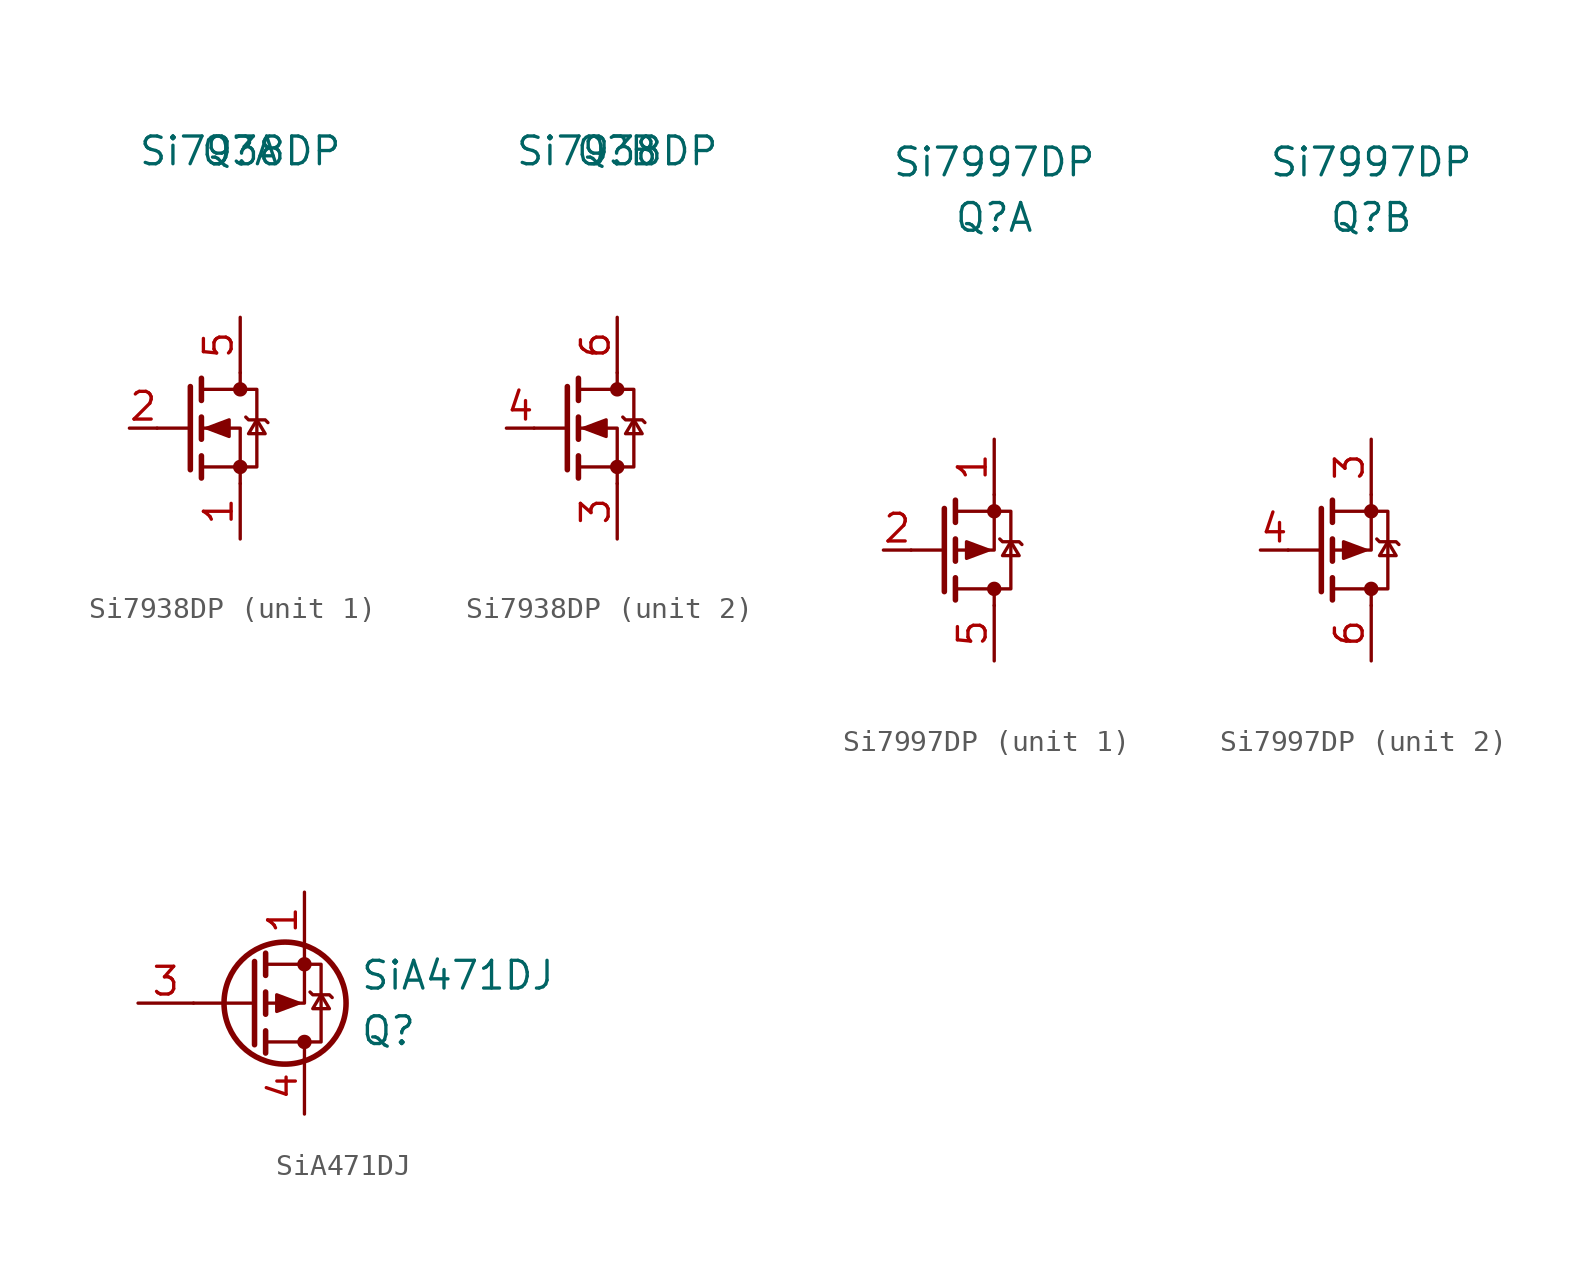
<source format=kicad_sym>
(kicad_symbol_lib
  (version 20211014)
  (generator kicad_symbol_editor)
  (symbol "Si7938DP"
    (pin_names
      (offset 1.016) hide)
    (property "Reference" "Q"
      (at 0 0 0)
      (effects (font (size 1.27 1.27))))
    (property "Value" "Si7938DP"
      (at 0 0 0)
      (effects (font (size 1.27 1.27))))
    (property "ki_locked" ""
      (at 0 0 0)
      (effects (font (size 1.27 1.27))))
    (symbol "Si7938DP_1_1"
      (circle (center 0 -14.478) (radius 0.254) (stroke (width 0) (type default) (color 0 0 0 0)) (fill (type outline)))
      (circle (center 0 -10.922) (radius 0.254) (stroke (width 0) (type default) (color 0 0 0 0)) (fill (type outline)))
      (polyline (pts (xy -2.286 -12.7) (xy -3.81 -12.7)) (stroke (width 0) (type default) (color 0 0 0 0)) (fill (type none)))
      (polyline (pts (xy -2.286 -10.795) (xy -2.286 -14.605)) (stroke (width 0.254) (type default) (color 0 0 0 0)) (fill (type none)))
      (polyline (pts (xy -1.778 -13.97) (xy -1.778 -14.986)) (stroke (width 0.254) (type default) (color 0 0 0 0)) (fill (type none)))
      (polyline (pts (xy -1.778 -12.192) (xy -1.778 -13.208)) (stroke (width 0.254) (type default) (color 0 0 0 0)) (fill (type none)))
      (polyline (pts (xy -1.778 -10.414) (xy -1.778 -11.43)) (stroke (width 0.254) (type default) (color 0 0 0 0)) (fill (type none)))
      (polyline (pts (xy 0 -10.16) (xy 0 -10.922)) (stroke (width 0) (type default) (color 0 0 0 0)) (fill (type none)))
      (polyline (pts (xy 0 -15.24) (xy 0 -12.7) (xy -1.778 -12.7)) (stroke (width 0) (type default) (color 0 0 0 0)) (fill (type none)))
      (polyline (pts (xy -1.778 -14.478) (xy 0.762 -14.478) (xy 0.762 -10.922) (xy -1.778 -10.922)) (stroke (width 0) (type default) (color 0 0 0 0)) (fill (type none)))
      (polyline (pts (xy -1.524 -12.7) (xy -0.508 -12.319) (xy -0.508 -13.081) (xy -1.524 -12.7)) (stroke (width 0) (type default) (color 0 0 0 0)) (fill (type outline)))
      (polyline (pts (xy 0.254 -12.192) (xy 0.381 -12.319) (xy 1.143 -12.319) (xy 1.27 -12.446)) (stroke (width 0) (type default) (color 0 0 0 0)) (fill (type none)))
      (polyline (pts (xy 0.762 -12.319) (xy 0.381 -12.954) (xy 1.143 -12.954) (xy 0.762 -12.319)) (stroke (width 0) (type default) (color 0 0 0 0)) (fill (type none)))
      (pin passive line (at 0 -17.78 90) (length 2.54) (name "S1" (effects (font (size 1.27 1.27)))) (number "1" (effects (font (size 1.27 1.27)))))
      (pin input line (at -5.08 -12.7 0) (length 1.27) (name "G1" (effects (font (size 1.27 1.27)))) (number "2" (effects (font (size 1.27 1.27)))))
      (pin passive line (at 0 -7.62 270) (length 2.54) (name "D1" (effects (font (size 1.27 1.27)))) (number "5" (effects (font (size 1.27 1.27))))))
    (symbol "Si7938DP_2_1"
      (circle (center 0 -14.478) (radius 0.254) (stroke (width 0) (type default) (color 0 0 0 0)) (fill (type outline)))
      (circle (center 0 -10.922) (radius 0.254) (stroke (width 0) (type default) (color 0 0 0 0)) (fill (type outline)))
      (polyline (pts (xy -2.286 -12.7) (xy -3.81 -12.7)) (stroke (width 0) (type default) (color 0 0 0 0)) (fill (type none)))
      (polyline (pts (xy -2.286 -10.795) (xy -2.286 -14.605)) (stroke (width 0.254) (type default) (color 0 0 0 0)) (fill (type none)))
      (polyline (pts (xy -1.778 -13.97) (xy -1.778 -14.986)) (stroke (width 0.254) (type default) (color 0 0 0 0)) (fill (type none)))
      (polyline (pts (xy -1.778 -12.192) (xy -1.778 -13.208)) (stroke (width 0.254) (type default) (color 0 0 0 0)) (fill (type none)))
      (polyline (pts (xy -1.778 -10.414) (xy -1.778 -11.43)) (stroke (width 0.254) (type default) (color 0 0 0 0)) (fill (type none)))
      (polyline (pts (xy 0 -10.16) (xy 0 -10.922)) (stroke (width 0) (type default) (color 0 0 0 0)) (fill (type none)))
      (polyline (pts (xy 0 -15.24) (xy 0 -12.7) (xy -1.778 -12.7)) (stroke (width 0) (type default) (color 0 0 0 0)) (fill (type none)))
      (polyline (pts (xy -1.778 -14.478) (xy 0.762 -14.478) (xy 0.762 -10.922) (xy -1.778 -10.922)) (stroke (width 0) (type default) (color 0 0 0 0)) (fill (type none)))
      (polyline (pts (xy -1.524 -12.7) (xy -0.508 -12.319) (xy -0.508 -13.081) (xy -1.524 -12.7)) (stroke (width 0) (type default) (color 0 0 0 0)) (fill (type outline)))
      (polyline (pts (xy 0.254 -12.192) (xy 0.381 -12.319) (xy 1.143 -12.319) (xy 1.27 -12.446)) (stroke (width 0) (type default) (color 0 0 0 0)) (fill (type none)))
      (polyline (pts (xy 0.762 -12.319) (xy 0.381 -12.954) (xy 1.143 -12.954) (xy 0.762 -12.319)) (stroke (width 0) (type default) (color 0 0 0 0)) (fill (type none)))
      (pin passive line (at 0 -17.78 90) (length 2.54) (name "S2" (effects (font (size 1.27 1.27)))) (number "3" (effects (font (size 1.27 1.27)))))
      (pin input line (at -5.08 -12.7 0) (length 1.27) (name "G2" (effects (font (size 1.27 1.27)))) (number "4" (effects (font (size 1.27 1.27)))))
      (pin passive line (at 0 -7.62 270) (length 2.54) (name "D2" (effects (font (size 1.27 1.27)))) (number "6" (effects (font (size 1.27 1.27)))))))
  (symbol "Si7997DP"
    (pin_names
      (offset 1.016) hide)
    (property "Reference" "Q"
      (at 0 0 0)
      (effects (font (size 1.27 1.27))))
    (property "Value" "Si7997DP"
      (at 0 2.54 0)
      (effects (font (size 1.27 1.27))))
    (property "ki_locked" ""
      (at 0 0 0)
      (effects (font (size 1.27 1.27))))
    (symbol "Si7997DP_1_1"
      (circle (center 0 -17.018) (radius 0.254) (stroke (width 0) (type default) (color 0 0 0 0)) (fill (type outline)))
      (circle (center 0 -13.462) (radius 0.254) (stroke (width 0) (type default) (color 0 0 0 0)) (fill (type outline)))
      (polyline (pts (xy -2.286 -17.145) (xy -2.286 -13.335)) (stroke (width 0.254) (type default) (color 0 0 0 0)) (fill (type none)))
      (polyline (pts (xy -2.286 -15.24) (xy -3.81 -15.24)) (stroke (width 0) (type default) (color 0 0 0 0)) (fill (type none)))
      (polyline (pts (xy -1.778 -17.526) (xy -1.778 -16.51)) (stroke (width 0.254) (type default) (color 0 0 0 0)) (fill (type none)))
      (polyline (pts (xy -1.778 -15.748) (xy -1.778 -14.732)) (stroke (width 0.254) (type default) (color 0 0 0 0)) (fill (type none)))
      (polyline (pts (xy -1.778 -13.97) (xy -1.778 -12.954)) (stroke (width 0.254) (type default) (color 0 0 0 0)) (fill (type none)))
      (polyline (pts (xy 0 -17.78) (xy 0 -17.018)) (stroke (width 0) (type default) (color 0 0 0 0)) (fill (type none)))
      (polyline (pts (xy 0 -12.7) (xy 0 -15.24) (xy -1.778 -15.24)) (stroke (width 0) (type default) (color 0 0 0 0)) (fill (type none)))
      (polyline (pts (xy -1.778 -17.018) (xy 0.762 -17.018) (xy 0.762 -13.462) (xy -1.778 -13.462)) (stroke (width 0) (type default) (color 0 0 0 0)) (fill (type none)))
      (polyline (pts (xy -0.254 -15.24) (xy -1.27 -15.621) (xy -1.27 -14.859) (xy -0.254 -15.24)) (stroke (width 0) (type default) (color 0 0 0 0)) (fill (type outline)))
      (polyline (pts (xy 0.254 -14.732) (xy 0.381 -14.859) (xy 1.143 -14.859) (xy 1.27 -14.986)) (stroke (width 0) (type default) (color 0 0 0 0)) (fill (type none)))
      (polyline (pts (xy 0.762 -14.859) (xy 0.381 -15.494) (xy 1.143 -15.494) (xy 0.762 -14.859)) (stroke (width 0) (type default) (color 0 0 0 0)) (fill (type none)))
      (pin passive line (at 0 -10.16 270) (length 2.54) (name "S1" (effects (font (size 1.27 1.27)))) (number "1" (effects (font (size 1.27 1.27)))))
      (pin input line (at -5.08 -15.24 0) (length 1.27) (name "G1" (effects (font (size 1.27 1.27)))) (number "2" (effects (font (size 1.27 1.27)))))
      (pin passive line (at 0 -20.32 90) (length 2.54) (name "D1" (effects (font (size 1.27 1.27)))) (number "5" (effects (font (size 1.27 1.27))))))
    (symbol "Si7997DP_2_1"
      (circle (center 0 -17.018) (radius 0.254) (stroke (width 0) (type default) (color 0 0 0 0)) (fill (type outline)))
      (circle (center 0 -13.462) (radius 0.254) (stroke (width 0) (type default) (color 0 0 0 0)) (fill (type outline)))
      (polyline (pts (xy -2.286 -17.145) (xy -2.286 -13.335)) (stroke (width 0.254) (type default) (color 0 0 0 0)) (fill (type none)))
      (polyline (pts (xy -2.286 -15.24) (xy -3.81 -15.24)) (stroke (width 0) (type default) (color 0 0 0 0)) (fill (type none)))
      (polyline (pts (xy -1.778 -17.526) (xy -1.778 -16.51)) (stroke (width 0.254) (type default) (color 0 0 0 0)) (fill (type none)))
      (polyline (pts (xy -1.778 -15.748) (xy -1.778 -14.732)) (stroke (width 0.254) (type default) (color 0 0 0 0)) (fill (type none)))
      (polyline (pts (xy -1.778 -13.97) (xy -1.778 -12.954)) (stroke (width 0.254) (type default) (color 0 0 0 0)) (fill (type none)))
      (polyline (pts (xy 0 -17.78) (xy 0 -17.018)) (stroke (width 0) (type default) (color 0 0 0 0)) (fill (type none)))
      (polyline (pts (xy 0 -12.7) (xy 0 -15.24) (xy -1.778 -15.24)) (stroke (width 0) (type default) (color 0 0 0 0)) (fill (type none)))
      (polyline (pts (xy -1.778 -17.018) (xy 0.762 -17.018) (xy 0.762 -13.462) (xy -1.778 -13.462)) (stroke (width 0) (type default) (color 0 0 0 0)) (fill (type none)))
      (polyline (pts (xy -0.254 -15.24) (xy -1.27 -15.621) (xy -1.27 -14.859) (xy -0.254 -15.24)) (stroke (width 0) (type default) (color 0 0 0 0)) (fill (type outline)))
      (polyline (pts (xy 0.254 -14.732) (xy 0.381 -14.859) (xy 1.143 -14.859) (xy 1.27 -14.986)) (stroke (width 0) (type default) (color 0 0 0 0)) (fill (type none)))
      (polyline (pts (xy 0.762 -14.859) (xy 0.381 -15.494) (xy 1.143 -15.494) (xy 0.762 -14.859)) (stroke (width 0) (type default) (color 0 0 0 0)) (fill (type none)))
      (pin passive line (at 0 -10.16 270) (length 2.54) (name "S2" (effects (font (size 1.27 1.27)))) (number "3" (effects (font (size 1.27 1.27)))))
      (pin input line (at -5.08 -15.24 0) (length 1.27) (name "G2" (effects (font (size 1.27 1.27)))) (number "4" (effects (font (size 1.27 1.27)))))
      (pin passive line (at 0 -20.32 90) (length 2.54) (name "D2" (effects (font (size 1.27 1.27)))) (number "6" (effects (font (size 1.27 1.27)))))))
  (symbol "SiA471DJ"
    (pin_names
      (offset 0) hide)
    (property "Reference" "Q"
      (at 3.81 -1.27 0)
      (effects (font (size 1.27 1.27)) (justify left)))
    (property "Value" "SiA471DJ"
      (at 3.81 1.27 0)
      (effects (font (size 1.27 1.27)) (justify left)))
    (symbol "SiA471DJ_0_1"
      (polyline (pts (xy -1.016 -1.905) (xy -1.016 1.905)) (stroke (width 0.254) (type default) (color 0 0 0 0)) (fill (type none)))
      (polyline (pts (xy -1.016 0) (xy -3.81 0)) (stroke (width 0) (type default) (color 0 0 0 0)) (fill (type none)))
      (polyline (pts (xy -0.508 -2.286) (xy -0.508 -1.27)) (stroke (width 0.254) (type default) (color 0 0 0 0)) (fill (type none)))
      (polyline (pts (xy -0.508 -0.508) (xy -0.508 0.508)) (stroke (width 0.254) (type default) (color 0 0 0 0)) (fill (type none)))
      (polyline (pts (xy -0.508 1.27) (xy -0.508 2.286)) (stroke (width 0.254) (type default) (color 0 0 0 0)) (fill (type none)))
      (polyline (pts (xy 1.27 -2.54) (xy 1.27 -1.778)) (stroke (width 0) (type default) (color 0 0 0 0)) (fill (type none)))
      (polyline (pts (xy 1.27 2.54) (xy 1.27 0) (xy -0.508 0)) (stroke (width 0) (type default) (color 0 0 0 0)) (fill (type none)))
      (polyline (pts (xy -0.508 -1.778) (xy 2.032 -1.778) (xy 2.032 1.778) (xy -0.508 1.778)) (stroke (width 0) (type default) (color 0 0 0 0)) (fill (type none)))
      (polyline (pts (xy 1.016 0) (xy 0 -0.381) (xy 0 0.381) (xy 1.016 0)) (stroke (width 0) (type default) (color 0 0 0 0)) (fill (type outline)))
      (polyline (pts (xy 1.524 0.508) (xy 1.651 0.381) (xy 2.413 0.381) (xy 2.54 0.254)) (stroke (width 0) (type default) (color 0 0 0 0)) (fill (type none)))
      (polyline (pts (xy 2.032 0.381) (xy 1.651 -0.254) (xy 2.413 -0.254) (xy 2.032 0.381)) (stroke (width 0) (type default) (color 0 0 0 0)) (fill (type none)))
      (circle (center 0.381 0) (radius 2.794) (stroke (width 0.254) (type default) (color 0 0 0 0)) (fill (type none)))
      (circle (center 1.27 -1.778) (radius 0.254) (stroke (width 0) (type default) (color 0 0 0 0)) (fill (type outline)))
      (circle (center 1.27 1.778) (radius 0.254) (stroke (width 0) (type default) (color 0 0 0 0)) (fill (type outline))))
    (symbol "SiA471DJ_1_1"
      (pin passive line (at 1.27 5.08 270) (length 2.54) (name "S" (effects (font (size 1.27 1.27)))) (number "1" (effects (font (size 1.27 1.27)))))
      (pin input line (at -6.35 0 0) (length 2.54) (name "G" (effects (font (size 1.27 1.27)))) (number "3" (effects (font (size 1.27 1.27)))))
      (pin passive line (at 1.27 -5.08 90) (length 2.54) (name "S" (effects (font (size 1.27 1.27)))) (number "4" (effects (font (size 1.27 1.27))))))))
</source>
